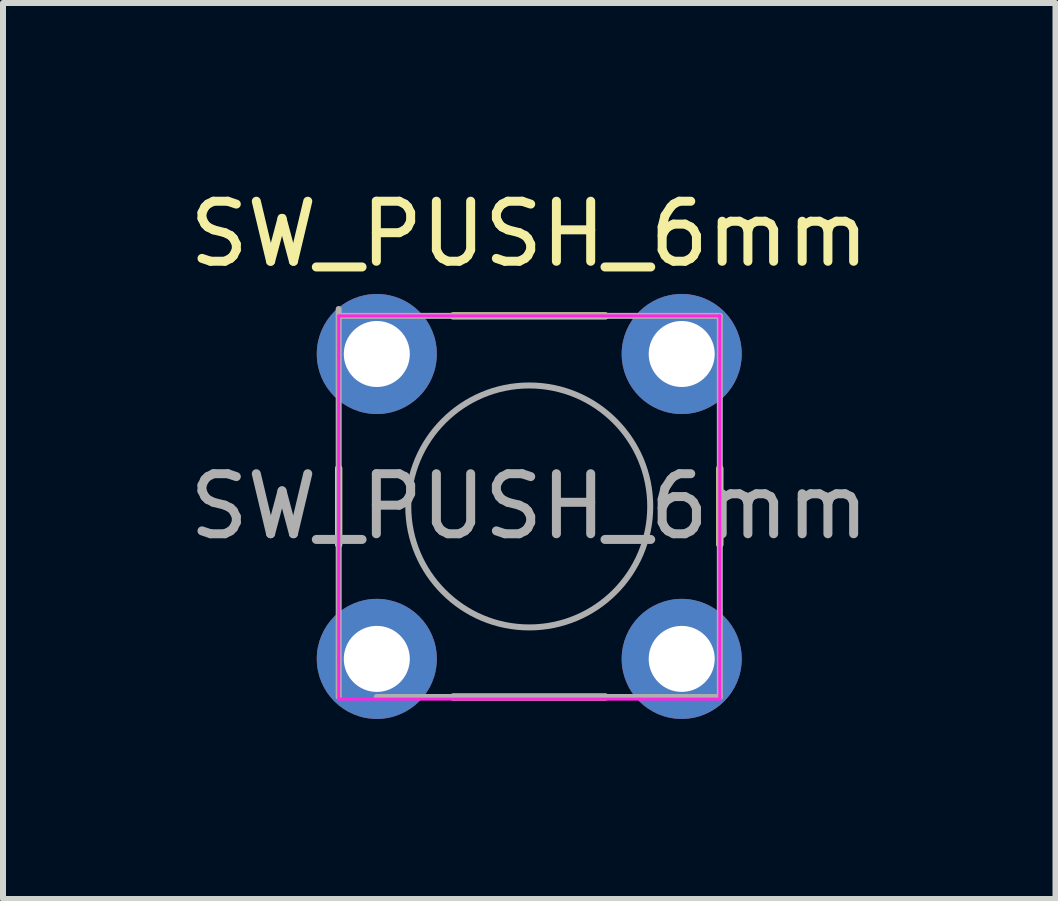
<source format=kicad_pcb>
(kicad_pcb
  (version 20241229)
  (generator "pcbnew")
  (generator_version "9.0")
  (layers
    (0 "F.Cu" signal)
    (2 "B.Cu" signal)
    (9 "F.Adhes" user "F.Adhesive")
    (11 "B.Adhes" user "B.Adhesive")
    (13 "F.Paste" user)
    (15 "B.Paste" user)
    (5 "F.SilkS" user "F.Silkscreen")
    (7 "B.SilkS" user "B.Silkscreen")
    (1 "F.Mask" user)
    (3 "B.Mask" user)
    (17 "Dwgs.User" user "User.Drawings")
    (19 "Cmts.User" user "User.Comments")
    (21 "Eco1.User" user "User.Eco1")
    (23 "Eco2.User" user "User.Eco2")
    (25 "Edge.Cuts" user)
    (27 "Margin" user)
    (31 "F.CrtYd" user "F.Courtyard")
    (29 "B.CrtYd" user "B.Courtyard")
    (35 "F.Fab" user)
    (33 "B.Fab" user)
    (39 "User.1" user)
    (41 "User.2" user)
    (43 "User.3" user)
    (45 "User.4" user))
  (footprint "SW_PUSH_6mm"
    (layer "F.Cu")
    (at 3.228 2.848)
    (property "Reference" "SW_PUSH_6mm" (at 2.54 -2 0) (layer "F.SilkS") (effects (font (size 1 1) (thickness 0.15))))
    (attr through_hole)
    (fp_line (start -0.635 1.905) (end -0.635 3.175) (stroke (width 0.12) (type solid)) (layer "F.SilkS"))
    (fp_line (start 1.27 5.715) (end 3.81 5.715) (stroke (width 0.12) (type solid)) (layer "F.SilkS"))
    (fp_line (start 3.81 -0.635) (end 1.27 -0.635) (stroke (width 0.12) (type solid)) (layer "F.SilkS"))
    (fp_line (start 5.715 3.175) (end 5.715 1.905) (stroke (width 0.12) (type solid)) (layer "F.SilkS"))
    (fp_line (start -0.635 -0.635) (end 5.715 -0.635) (stroke (width 0.05) (type solid)) (layer "F.CrtYd"))
    (fp_line (start -0.635 5.75) (end -0.635 -0.635) (stroke (width 0.05) (type solid)) (layer "F.CrtYd"))
    (fp_line (start 5.715 -0.635) (end 5.715 -0.635) (stroke (width 0.05) (type solid)) (layer "F.CrtYd"))
    (fp_line (start 5.715 -0.635) (end 5.715 5.75) (stroke (width 0.05) (type solid)) (layer "F.CrtYd"))
    (fp_line (start 5.715 5.75) (end -0.635 5.75) (stroke (width 0.05) (type solid)) (layer "F.CrtYd"))
    (fp_line (start -0.635 -0.635) (end 5.715 -0.635) (stroke (width 0.1) (type solid)) (layer "F.Fab"))
    (fp_line (start -0.635 5.715) (end -0.635 -0.75) (stroke (width 0.1) (type solid)) (layer "F.Fab"))
    (fp_line (start 5.715 -0.635) (end 5.715 5.715) (stroke (width 0.1) (type solid)) (layer "F.Fab"))
    (fp_line (start 5.715 5.715) (end 0 5.715) (stroke (width 0.1) (type solid)) (layer "F.Fab"))
    (fp_circle (center 2.54 2.54) (end 0.54 2.79) (stroke (width 0.1) (type solid)) (fill no) (layer "F.Fab"))
    (fp_text user "${REFERENCE}" (at 2.54 2.54 0) (layer "F.Fab") (effects (font (size 1 1) (thickness 0.15))))
    (pad "1" thru_hole circle (at 0 0 90) (size 2 2) (drill 1.1) (layers "*.Cu" "*.Mask"))
    (pad "1" thru_hole circle (at 5.08 0 90) (size 2 2) (drill 1.1) (layers "*.Cu" "*.Mask"))
    (pad "2" thru_hole circle (at 0 5.08 90) (size 2 2) (drill 1.1) (layers "*.Cu" "*.Mask"))
    (pad "2" thru_hole circle (at 5.08 5.08 90) (size 2 2) (drill 1.1) (layers "*.Cu" "*.Mask")))
  (gr_rect
    (start -3 -3)
    (end 14.536 11.928)
    (stroke (width 0.1) (type default))
    (fill no)
    (layer "Edge.Cuts")))
</source>
